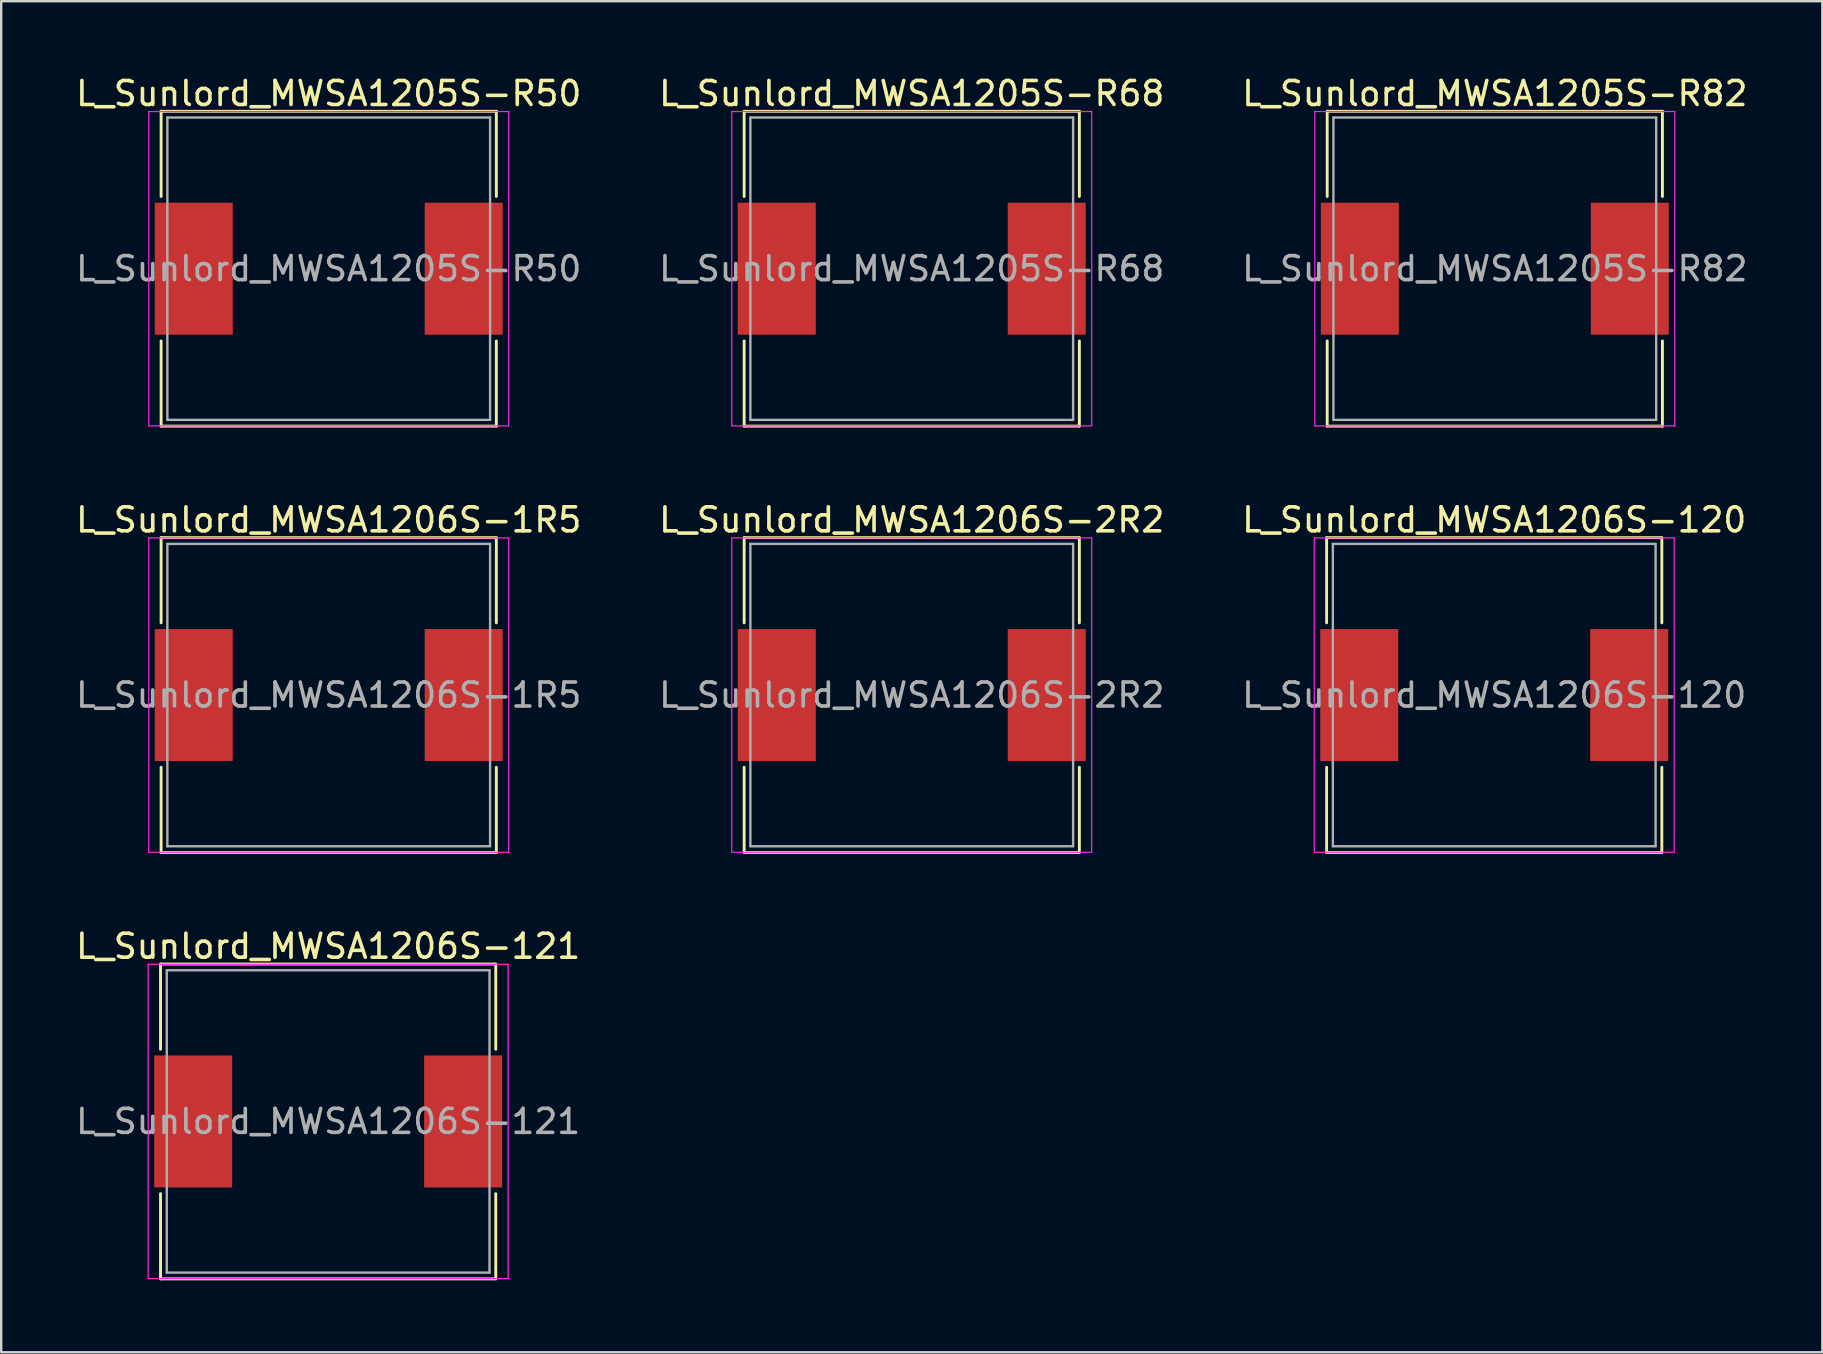
<source format=kicad_pcb>
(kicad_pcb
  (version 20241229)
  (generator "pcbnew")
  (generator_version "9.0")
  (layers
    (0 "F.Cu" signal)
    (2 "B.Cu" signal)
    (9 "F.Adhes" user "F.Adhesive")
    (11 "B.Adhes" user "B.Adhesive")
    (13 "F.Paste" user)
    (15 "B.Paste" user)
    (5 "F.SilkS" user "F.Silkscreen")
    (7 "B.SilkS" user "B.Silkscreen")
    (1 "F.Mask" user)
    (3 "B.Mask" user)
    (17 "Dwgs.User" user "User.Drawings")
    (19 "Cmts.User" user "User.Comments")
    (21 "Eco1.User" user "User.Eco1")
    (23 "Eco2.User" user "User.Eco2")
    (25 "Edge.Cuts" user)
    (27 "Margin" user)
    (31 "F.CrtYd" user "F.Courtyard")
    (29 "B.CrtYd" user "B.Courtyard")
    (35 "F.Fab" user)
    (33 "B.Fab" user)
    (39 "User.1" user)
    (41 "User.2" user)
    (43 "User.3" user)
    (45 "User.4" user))
  (footprint "L_Sunlord_MWSA1205S-R82"
    (layer "F.Cu")
    (at 59.244 8.148)
    (property "Reference" "L_Sunlord_MWSA1205S-R82" (at 0 -7.3 0) (layer "F.SilkS") (effects (font (size 1 1) (thickness 0.15))))
    (attr smd)
    (fp_line (start -6.985 -6.56) (end -6.985 -3.01) (stroke (width 0.12) (type solid)) (layer "F.SilkS"))
    (fp_line (start -6.985 -6.56) (end 6.985 -6.56) (stroke (width 0.12) (type solid)) (layer "F.SilkS"))
    (fp_line (start -6.985 6.56) (end -6.985 3.01) (stroke (width 0.12) (type solid)) (layer "F.SilkS"))
    (fp_line (start -6.985 6.56) (end 6.985 6.56) (stroke (width 0.12) (type solid)) (layer "F.SilkS"))
    (fp_line (start 6.985 -6.56) (end 6.985 -3.01) (stroke (width 0.12) (type solid)) (layer "F.SilkS"))
    (fp_line (start 6.985 6.56) (end 6.985 3.01) (stroke (width 0.12) (type solid)) (layer "F.SilkS"))
    (fp_line (start -7.5 -6.55) (end -7.5 6.55) (stroke (width 0.05) (type solid)) (layer "F.CrtYd"))
    (fp_line (start -7.5 6.55) (end 7.5 6.55) (stroke (width 0.05) (type solid)) (layer "F.CrtYd"))
    (fp_line (start 7.5 -6.55) (end -7.5 -6.55) (stroke (width 0.05) (type solid)) (layer "F.CrtYd"))
    (fp_line (start 7.5 6.55) (end 7.5 -6.55) (stroke (width 0.05) (type solid)) (layer "F.CrtYd"))
    (fp_line (start -6.725 -6.3) (end -6.725 6.3) (stroke (width 0.1) (type solid)) (layer "F.Fab"))
    (fp_line (start -6.725 6.3) (end 6.725 6.3) (stroke (width 0.1) (type solid)) (layer "F.Fab"))
    (fp_line (start 6.725 -6.3) (end -6.725 -6.3) (stroke (width 0.1) (type solid)) (layer "F.Fab"))
    (fp_line (start 6.725 6.3) (end 6.725 -6.3) (stroke (width 0.1) (type solid)) (layer "F.Fab"))
    (fp_text user "${REFERENCE}" (at 0 0 0) (layer "F.Fab") (effects (font (size 1 1) (thickness 0.15))))
    (pad "1" smd rect (at -5.625 0) (size 3.25 5.5) (layers "F.Cu" "F.Mask" "F.Paste"))
    (pad "2" smd rect (at 5.625 0) (size 3.25 5.5) (layers "F.Cu" "F.Mask" "F.Paste")))
  (footprint "L_Sunlord_MWSA1205S-R50"
    (layer "F.Cu")
    (at 10.649 8.148)
    (property "Reference" "L_Sunlord_MWSA1205S-R50" (at 0 -7.3 0) (layer "F.SilkS") (effects (font (size 1 1) (thickness 0.15))))
    (attr smd)
    (fp_line (start -6.985 -6.56) (end -6.985 -3.01) (stroke (width 0.12) (type solid)) (layer "F.SilkS"))
    (fp_line (start -6.985 -6.56) (end 6.985 -6.56) (stroke (width 0.12) (type solid)) (layer "F.SilkS"))
    (fp_line (start -6.985 6.56) (end -6.985 3.01) (stroke (width 0.12) (type solid)) (layer "F.SilkS"))
    (fp_line (start -6.985 6.56) (end 6.985 6.56) (stroke (width 0.12) (type solid)) (layer "F.SilkS"))
    (fp_line (start 6.985 -6.56) (end 6.985 -3.01) (stroke (width 0.12) (type solid)) (layer "F.SilkS"))
    (fp_line (start 6.985 6.56) (end 6.985 3.01) (stroke (width 0.12) (type solid)) (layer "F.SilkS"))
    (fp_line (start -7.5 -6.55) (end -7.5 6.55) (stroke (width 0.05) (type solid)) (layer "F.CrtYd"))
    (fp_line (start -7.5 6.55) (end 7.5 6.55) (stroke (width 0.05) (type solid)) (layer "F.CrtYd"))
    (fp_line (start 7.5 -6.55) (end -7.5 -6.55) (stroke (width 0.05) (type solid)) (layer "F.CrtYd"))
    (fp_line (start 7.5 6.55) (end 7.5 -6.55) (stroke (width 0.05) (type solid)) (layer "F.CrtYd"))
    (fp_line (start -6.725 -6.3) (end -6.725 6.3) (stroke (width 0.1) (type solid)) (layer "F.Fab"))
    (fp_line (start -6.725 6.3) (end 6.725 6.3) (stroke (width 0.1) (type solid)) (layer "F.Fab"))
    (fp_line (start 6.725 -6.3) (end -6.725 -6.3) (stroke (width 0.1) (type solid)) (layer "F.Fab"))
    (fp_line (start 6.725 6.3) (end 6.725 -6.3) (stroke (width 0.1) (type solid)) (layer "F.Fab"))
    (fp_text user "${REFERENCE}" (at 0 0 0) (layer "F.Fab") (effects (font (size 1 1) (thickness 0.15))))
    (pad "1" smd rect (at -5.625 0) (size 3.25 5.5) (layers "F.Cu" "F.Mask" "F.Paste"))
    (pad "2" smd rect (at 5.625 0) (size 3.25 5.5) (layers "F.Cu" "F.Mask" "F.Paste")))
  (footprint "L_Sunlord_MWSA1206S-2R2"
    (layer "F.Cu")
    (at 34.946 25.916)
    (property "Reference" "L_Sunlord_MWSA1206S-2R2" (at 0 -7.3 0) (layer "F.SilkS") (effects (font (size 1 1) (thickness 0.15))))
    (attr smd)
    (fp_line (start -6.985 -6.56) (end -6.985 -3.01) (stroke (width 0.12) (type solid)) (layer "F.SilkS"))
    (fp_line (start -6.985 -6.56) (end 6.985 -6.56) (stroke (width 0.12) (type solid)) (layer "F.SilkS"))
    (fp_line (start -6.985 6.56) (end -6.985 3.01) (stroke (width 0.12) (type solid)) (layer "F.SilkS"))
    (fp_line (start -6.985 6.56) (end 6.985 6.56) (stroke (width 0.12) (type solid)) (layer "F.SilkS"))
    (fp_line (start 6.985 -6.56) (end 6.985 -3.01) (stroke (width 0.12) (type solid)) (layer "F.SilkS"))
    (fp_line (start 6.985 6.56) (end 6.985 3.01) (stroke (width 0.12) (type solid)) (layer "F.SilkS"))
    (fp_line (start -7.5 -6.55) (end -7.5 6.55) (stroke (width 0.05) (type solid)) (layer "F.CrtYd"))
    (fp_line (start -7.5 6.55) (end 7.5 6.55) (stroke (width 0.05) (type solid)) (layer "F.CrtYd"))
    (fp_line (start 7.5 -6.55) (end -7.5 -6.55) (stroke (width 0.05) (type solid)) (layer "F.CrtYd"))
    (fp_line (start 7.5 6.55) (end 7.5 -6.55) (stroke (width 0.05) (type solid)) (layer "F.CrtYd"))
    (fp_line (start -6.725 -6.3) (end -6.725 6.3) (stroke (width 0.1) (type solid)) (layer "F.Fab"))
    (fp_line (start -6.725 6.3) (end 6.725 6.3) (stroke (width 0.1) (type solid)) (layer "F.Fab"))
    (fp_line (start 6.725 -6.3) (end -6.725 -6.3) (stroke (width 0.1) (type solid)) (layer "F.Fab"))
    (fp_line (start 6.725 6.3) (end 6.725 -6.3) (stroke (width 0.1) (type solid)) (layer "F.Fab"))
    (fp_text user "${REFERENCE}" (at 0 0 0) (layer "F.Fab") (effects (font (size 1 1) (thickness 0.15))))
    (pad "1" smd rect (at -5.625 0) (size 3.25 5.5) (layers "F.Cu" "F.Mask" "F.Paste"))
    (pad "2" smd rect (at 5.625 0) (size 3.25 5.5) (layers "F.Cu" "F.Mask" "F.Paste")))
  (footprint "L_Sunlord_MWSA1206S-121"
    (layer "F.Cu")
    (at 10.625 43.685)
    (property "Reference" "L_Sunlord_MWSA1206S-121" (at 0 -7.3 0) (layer "F.SilkS") (effects (font (size 1 1) (thickness 0.15))))
    (attr smd)
    (fp_line (start -6.985 -6.56) (end -6.985 -3.01) (stroke (width 0.12) (type solid)) (layer "F.SilkS"))
    (fp_line (start -6.985 -6.56) (end 6.985 -6.56) (stroke (width 0.12) (type solid)) (layer "F.SilkS"))
    (fp_line (start -6.985 6.56) (end -6.985 3.01) (stroke (width 0.12) (type solid)) (layer "F.SilkS"))
    (fp_line (start -6.985 6.56) (end 6.985 6.56) (stroke (width 0.12) (type solid)) (layer "F.SilkS"))
    (fp_line (start 6.985 -6.56) (end 6.985 -3.01) (stroke (width 0.12) (type solid)) (layer "F.SilkS"))
    (fp_line (start 6.985 6.56) (end 6.985 3.01) (stroke (width 0.12) (type solid)) (layer "F.SilkS"))
    (fp_line (start -7.5 -6.55) (end -7.5 6.55) (stroke (width 0.05) (type solid)) (layer "F.CrtYd"))
    (fp_line (start -7.5 6.55) (end 7.5 6.55) (stroke (width 0.05) (type solid)) (layer "F.CrtYd"))
    (fp_line (start 7.5 -6.55) (end -7.5 -6.55) (stroke (width 0.05) (type solid)) (layer "F.CrtYd"))
    (fp_line (start 7.5 6.55) (end 7.5 -6.55) (stroke (width 0.05) (type solid)) (layer "F.CrtYd"))
    (fp_line (start -6.725 -6.3) (end -6.725 6.3) (stroke (width 0.1) (type solid)) (layer "F.Fab"))
    (fp_line (start -6.725 6.3) (end 6.725 6.3) (stroke (width 0.1) (type solid)) (layer "F.Fab"))
    (fp_line (start 6.725 -6.3) (end -6.725 -6.3) (stroke (width 0.1) (type solid)) (layer "F.Fab"))
    (fp_line (start 6.725 6.3) (end 6.725 -6.3) (stroke (width 0.1) (type solid)) (layer "F.Fab"))
    (fp_text user "${REFERENCE}" (at 0 0 0) (layer "F.Fab") (effects (font (size 1 1) (thickness 0.15))))
    (pad "1" smd rect (at -5.625 0) (size 3.25 5.5) (layers "F.Cu" "F.Mask" "F.Paste"))
    (pad "2" smd rect (at 5.625 0) (size 3.25 5.5) (layers "F.Cu" "F.Mask" "F.Paste")))
  (footprint "L_Sunlord_MWSA1205S-R68"
    (layer "F.Cu")
    (at 34.946 8.148)
    (property "Reference" "L_Sunlord_MWSA1205S-R68" (at 0 -7.3 0) (layer "F.SilkS") (effects (font (size 1 1) (thickness 0.15))))
    (attr smd)
    (fp_line (start -6.985 -6.56) (end -6.985 -3.01) (stroke (width 0.12) (type solid)) (layer "F.SilkS"))
    (fp_line (start -6.985 -6.56) (end 6.985 -6.56) (stroke (width 0.12) (type solid)) (layer "F.SilkS"))
    (fp_line (start -6.985 6.56) (end -6.985 3.01) (stroke (width 0.12) (type solid)) (layer "F.SilkS"))
    (fp_line (start -6.985 6.56) (end 6.985 6.56) (stroke (width 0.12) (type solid)) (layer "F.SilkS"))
    (fp_line (start 6.985 -6.56) (end 6.985 -3.01) (stroke (width 0.12) (type solid)) (layer "F.SilkS"))
    (fp_line (start 6.985 6.56) (end 6.985 3.01) (stroke (width 0.12) (type solid)) (layer "F.SilkS"))
    (fp_line (start -7.5 -6.55) (end -7.5 6.55) (stroke (width 0.05) (type solid)) (layer "F.CrtYd"))
    (fp_line (start -7.5 6.55) (end 7.5 6.55) (stroke (width 0.05) (type solid)) (layer "F.CrtYd"))
    (fp_line (start 7.5 -6.55) (end -7.5 -6.55) (stroke (width 0.05) (type solid)) (layer "F.CrtYd"))
    (fp_line (start 7.5 6.55) (end 7.5 -6.55) (stroke (width 0.05) (type solid)) (layer "F.CrtYd"))
    (fp_line (start -6.725 -6.3) (end -6.725 6.3) (stroke (width 0.1) (type solid)) (layer "F.Fab"))
    (fp_line (start -6.725 6.3) (end 6.725 6.3) (stroke (width 0.1) (type solid)) (layer "F.Fab"))
    (fp_line (start 6.725 -6.3) (end -6.725 -6.3) (stroke (width 0.1) (type solid)) (layer "F.Fab"))
    (fp_line (start 6.725 6.3) (end 6.725 -6.3) (stroke (width 0.1) (type solid)) (layer "F.Fab"))
    (fp_text user "${REFERENCE}" (at 0 0 0) (layer "F.Fab") (effects (font (size 1 1) (thickness 0.15))))
    (pad "1" smd rect (at -5.625 0) (size 3.25 5.5) (layers "F.Cu" "F.Mask" "F.Paste"))
    (pad "2" smd rect (at 5.625 0) (size 3.25 5.5) (layers "F.Cu" "F.Mask" "F.Paste")))
  (footprint "L_Sunlord_MWSA1206S-120"
    (layer "F.Cu")
    (at 59.22 25.916)
    (property "Reference" "L_Sunlord_MWSA1206S-120" (at 0 -7.3 0) (layer "F.SilkS") (effects (font (size 1 1) (thickness 0.15))))
    (attr smd)
    (fp_line (start -6.985 -6.56) (end -6.985 -3.01) (stroke (width 0.12) (type solid)) (layer "F.SilkS"))
    (fp_line (start -6.985 -6.56) (end 6.985 -6.56) (stroke (width 0.12) (type solid)) (layer "F.SilkS"))
    (fp_line (start -6.985 6.56) (end -6.985 3.01) (stroke (width 0.12) (type solid)) (layer "F.SilkS"))
    (fp_line (start -6.985 6.56) (end 6.985 6.56) (stroke (width 0.12) (type solid)) (layer "F.SilkS"))
    (fp_line (start 6.985 -6.56) (end 6.985 -3.01) (stroke (width 0.12) (type solid)) (layer "F.SilkS"))
    (fp_line (start 6.985 6.56) (end 6.985 3.01) (stroke (width 0.12) (type solid)) (layer "F.SilkS"))
    (fp_line (start -7.5 -6.55) (end -7.5 6.55) (stroke (width 0.05) (type solid)) (layer "F.CrtYd"))
    (fp_line (start -7.5 6.55) (end 7.5 6.55) (stroke (width 0.05) (type solid)) (layer "F.CrtYd"))
    (fp_line (start 7.5 -6.55) (end -7.5 -6.55) (stroke (width 0.05) (type solid)) (layer "F.CrtYd"))
    (fp_line (start 7.5 6.55) (end 7.5 -6.55) (stroke (width 0.05) (type solid)) (layer "F.CrtYd"))
    (fp_line (start -6.725 -6.3) (end -6.725 6.3) (stroke (width 0.1) (type solid)) (layer "F.Fab"))
    (fp_line (start -6.725 6.3) (end 6.725 6.3) (stroke (width 0.1) (type solid)) (layer "F.Fab"))
    (fp_line (start 6.725 -6.3) (end -6.725 -6.3) (stroke (width 0.1) (type solid)) (layer "F.Fab"))
    (fp_line (start 6.725 6.3) (end 6.725 -6.3) (stroke (width 0.1) (type solid)) (layer "F.Fab"))
    (fp_text user "${REFERENCE}" (at 0 0 0) (layer "F.Fab") (effects (font (size 1 1) (thickness 0.15))))
    (pad "1" smd rect (at -5.625 0) (size 3.25 5.5) (layers "F.Cu" "F.Mask" "F.Paste"))
    (pad "2" smd rect (at 5.625 0) (size 3.25 5.5) (layers "F.Cu" "F.Mask" "F.Paste")))
  (footprint "L_Sunlord_MWSA1206S-1R5"
    (layer "F.Cu")
    (at 10.649 25.916)
    (property "Reference" "L_Sunlord_MWSA1206S-1R5" (at 0 -7.3 0) (layer "F.SilkS") (effects (font (size 1 1) (thickness 0.15))))
    (attr smd)
    (fp_line (start -6.985 -6.56) (end -6.985 -3.01) (stroke (width 0.12) (type solid)) (layer "F.SilkS"))
    (fp_line (start -6.985 -6.56) (end 6.985 -6.56) (stroke (width 0.12) (type solid)) (layer "F.SilkS"))
    (fp_line (start -6.985 6.56) (end -6.985 3.01) (stroke (width 0.12) (type solid)) (layer "F.SilkS"))
    (fp_line (start -6.985 6.56) (end 6.985 6.56) (stroke (width 0.12) (type solid)) (layer "F.SilkS"))
    (fp_line (start 6.985 -6.56) (end 6.985 -3.01) (stroke (width 0.12) (type solid)) (layer "F.SilkS"))
    (fp_line (start 6.985 6.56) (end 6.985 3.01) (stroke (width 0.12) (type solid)) (layer "F.SilkS"))
    (fp_line (start -7.5 -6.55) (end -7.5 6.55) (stroke (width 0.05) (type solid)) (layer "F.CrtYd"))
    (fp_line (start -7.5 6.55) (end 7.5 6.55) (stroke (width 0.05) (type solid)) (layer "F.CrtYd"))
    (fp_line (start 7.5 -6.55) (end -7.5 -6.55) (stroke (width 0.05) (type solid)) (layer "F.CrtYd"))
    (fp_line (start 7.5 6.55) (end 7.5 -6.55) (stroke (width 0.05) (type solid)) (layer "F.CrtYd"))
    (fp_line (start -6.725 -6.3) (end -6.725 6.3) (stroke (width 0.1) (type solid)) (layer "F.Fab"))
    (fp_line (start -6.725 6.3) (end 6.725 6.3) (stroke (width 0.1) (type solid)) (layer "F.Fab"))
    (fp_line (start 6.725 -6.3) (end -6.725 -6.3) (stroke (width 0.1) (type solid)) (layer "F.Fab"))
    (fp_line (start 6.725 6.3) (end 6.725 -6.3) (stroke (width 0.1) (type solid)) (layer "F.Fab"))
    (fp_text user "${REFERENCE}" (at 0 0 0) (layer "F.Fab") (effects (font (size 1 1) (thickness 0.15))))
    (pad "1" smd rect (at -5.625 0) (size 3.25 5.5) (layers "F.Cu" "F.Mask" "F.Paste"))
    (pad "2" smd rect (at 5.625 0) (size 3.25 5.5) (layers "F.Cu" "F.Mask" "F.Paste")))
  (gr_rect
    (start -3 -3)
    (end 72.893 53.305)
    (stroke (width 0.1) (type default))
    (fill no)
    (layer "Edge.Cuts")))
</source>
